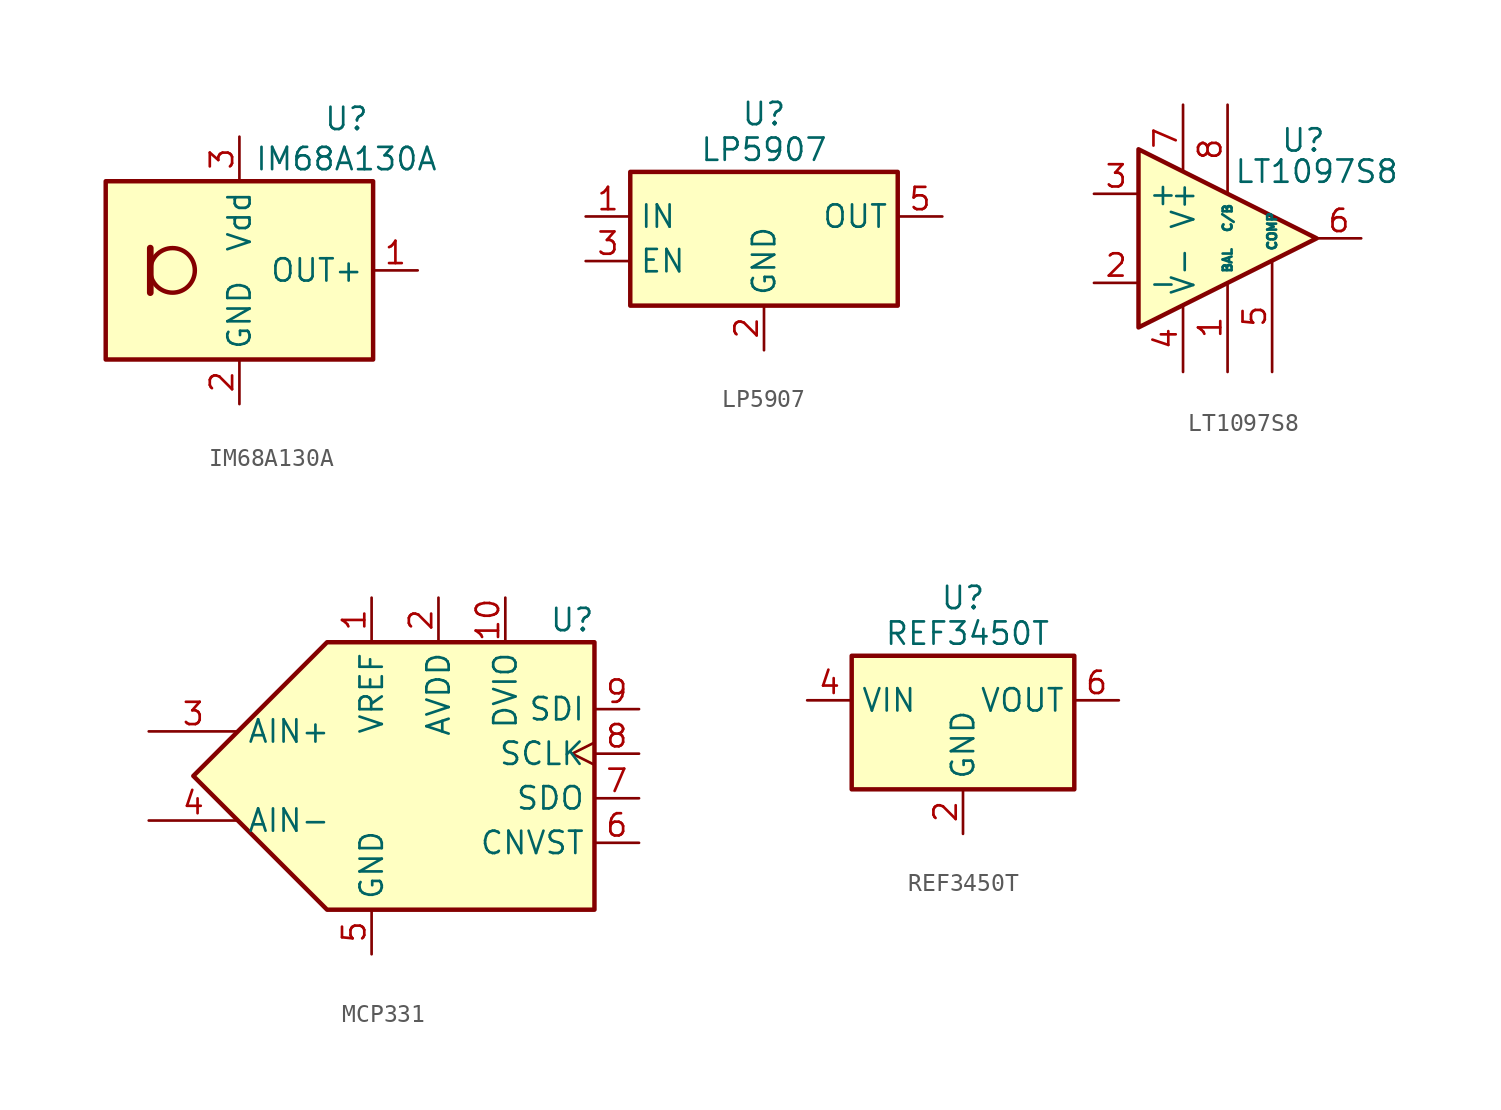
<source format=kicad_sym>
(kicad_symbol_lib
  (version 20231120)
  (generator "kicad_symbol_editor")
  (generator_version "8.0")
  (symbol "IM68A130A"
    (property "Reference" "U"
      (at 6.096 8.636 0)
      (effects (font (size 1.27 1.27))))
    (property "Value" "IM68A130A"
      (at 6.096 6.35 0)
      (effects (font (size 1.27 1.27))))
    (symbol "IM68A130A_1_1"
      (rectangle (start -7.62 5.08) (end 7.62 -5.08) (stroke (width 0.254) (type default)) (fill (type background)))
      (circle (center -3.81 0) (radius 1.27) (stroke (width 0.254) (type default)) (fill (type none)))
      (polyline (pts (xy -5.08 1.27) (xy -5.08 -1.27)) (stroke (width 0.381) (type default)) (fill (type none)))
      (pin output line (at 10.16 0 180) (length 2.54) (name "OUT+" (effects (font (size 1.27 1.27)))) (number "1" (effects (font (size 1.27 1.27)))))
      (pin power_in line (at 0 -7.62 90) (length 2.54) (name "GND" (effects (font (size 1.27 1.27)))) (number "2" (effects (font (size 1.27 1.27)))))
      (pin power_in line (at 0 7.62 270) (length 2.54) (name "Vdd" (effects (font (size 1.27 1.27)))) (number "3" (effects (font (size 1.27 1.27)))))
      (pin passive line (at 0 -7.62 90) (length 2.54) hide (name "GND" (effects (font (size 1.27 1.27)))) (number "4" (effects (font (size 1.27 1.27)))))
      (pin passive line (at 0 -7.62 90) (length 2.54) hide (name "GND" (effects (font (size 1.27 1.27)))) (number "4" (effects (font (size 1.27 1.27)))))))
  (symbol "LP5907"
    (property "Reference" "U"
      (at 0 7.112 0)
      (effects (font (size 1.27 1.27))))
    (property "Value" "LP5907"
      (at 0 5.08 0)
      (effects (font (size 1.27 1.27))))
    (symbol "LP5907_0_1"
      (rectangle (start -7.62 3.81) (end 7.62 -3.81) (stroke (width 0.254) (type default)) (fill (type background))))
    (symbol "LP5907_1_1"
      (pin power_in line (at -10.16 1.27 0) (length 2.54) (name "IN" (effects (font (size 1.27 1.27)))) (number "1" (effects (font (size 1.27 1.27)))))
      (pin power_in line (at 0 -6.35 90) (length 2.54) (name "GND" (effects (font (size 1.27 1.27)))) (number "2" (effects (font (size 1.27 1.27)))))
      (pin input line (at -10.16 -1.27 0) (length 2.54) (name "EN" (effects (font (size 1.27 1.27)))) (number "3" (effects (font (size 1.27 1.27)))))
      (pin power_out line (at 10.16 1.27 180) (length 2.54) (name "OUT" (effects (font (size 1.27 1.27)))) (number "5" (effects (font (size 1.27 1.27)))))))
  (symbol "LT1097S8"
    (property "Reference" "U"
      (at 4.318 5.588 0)
      (effects (font (size 1.27 1.27))))
    (property "Value" "LT1097S8"
      (at 5.08 3.81 0)
      (effects (font (size 1.27 1.27))))
    (symbol "LT1097S8_0_1"
      (polyline (pts (xy -5.08 5.08) (xy 5.08 0) (xy -5.08 -5.08) (xy -5.08 5.08)) (stroke (width 0.254) (type default)) (fill (type background))))
    (symbol "LT1097S8_1_1"
      (pin input line (at 0 -7.62 90) (length 5.08) (name "BAL" (effects (font (size 0.508 0.508)))) (number "1" (effects (font (size 1.27 1.27)))))
      (pin input line (at -7.62 -2.54 0) (length 2.54) (name "-" (effects (font (size 1.27 1.27)))) (number "2" (effects (font (size 1.27 1.27)))))
      (pin input line (at -7.62 2.54 0) (length 2.54) (name "+" (effects (font (size 1.27 1.27)))) (number "3" (effects (font (size 1.27 1.27)))))
      (pin power_in line (at -2.54 -7.62 90) (length 3.81) (name "V-" (effects (font (size 1.27 1.27)))) (number "4" (effects (font (size 1.27 1.27)))))
      (pin input line (at 2.54 -7.62 90) (length 6.35) (name "COMP" (effects (font (size 0.508 0.508)))) (number "5" (effects (font (size 1.27 1.27)))))
      (pin output line (at 7.62 0 180) (length 2.54) (name "~" (effects (font (size 1.27 1.27)))) (number "6" (effects (font (size 1.27 1.27)))))
      (pin power_in line (at -2.54 7.62 270) (length 3.81) (name "V+" (effects (font (size 1.27 1.27)))) (number "7" (effects (font (size 1.27 1.27)))))
      (pin input line (at 0 7.62 270) (length 5.08) (name "C/B" (effects (font (size 0.508 0.508)))) (number "8" (effects (font (size 1.27 1.27)))))))
  (symbol "MCP331"
    (property "Reference" "U"
      (at 11.43 8.89 0)
      (effects (font (size 1.27 1.27))))
    (property "Value" ""
      (at -13.97 0 0)
      (effects (font (size 1.27 1.27))))
    (symbol "MCP331_0_0"
      (polyline (pts (xy -10.16 0) (xy -2.54 7.62) (xy 12.7 7.62) (xy 12.7 -7.62) (xy -2.54 -7.62) (xy -10.16 0)) (stroke (width 0.254) (type default)) (fill (type background))))
    (symbol "MCP331_1_1"
      (pin power_in line (at 0 10.16 270) (length 2.54) (name "VREF" (effects (font (size 1.27 1.27)))) (number "1" (effects (font (size 1.27 1.27)))))
      (pin power_in line (at 7.62 10.16 270) (length 2.54) (name "DVIO" (effects (font (size 1.27 1.27)))) (number "10" (effects (font (size 1.27 1.27)))))
      (pin power_in line (at 3.81 10.16 270) (length 2.54) (name "AVDD" (effects (font (size 1.27 1.27)))) (number "2" (effects (font (size 1.27 1.27)))))
      (pin input line (at -12.7 2.54 0) (length 5.08) (name "AIN+" (effects (font (size 1.27 1.27)))) (number "3" (effects (font (size 1.27 1.27)))))
      (pin input line (at -12.7 -2.54 0) (length 5.08) (name "AIN-" (effects (font (size 1.27 1.27)))) (number "4" (effects (font (size 1.27 1.27)))))
      (pin power_in line (at 0 -10.16 90) (length 2.54) (name "GND" (effects (font (size 1.27 1.27)))) (number "5" (effects (font (size 1.27 1.27)))))
      (pin input line (at 15.24 -3.81 180) (length 2.54) (name "CNVST" (effects (font (size 1.27 1.27)))) (number "6" (effects (font (size 1.27 1.27)))))
      (pin output line (at 15.24 -1.27 180) (length 2.54) (name "SDO" (effects (font (size 1.27 1.27)))) (number "7" (effects (font (size 1.27 1.27)))))
      (pin input clock (at 15.24 1.27 180) (length 2.54) (name "SCLK" (effects (font (size 1.27 1.27)))) (number "8" (effects (font (size 1.27 1.27)))))
      (pin input line (at 15.24 3.81 180) (length 2.54) (name "SDI" (effects (font (size 1.27 1.27)))) (number "9" (effects (font (size 1.27 1.27)))))))
  (symbol "REF3450T"
    (property "Reference" "U"
      (at 0 5.842 0)
      (effects (font (size 1.27 1.27))))
    (property "Value" "REF3450T"
      (at 0.254 3.81 0)
      (effects (font (size 1.27 1.27))))
    (symbol "REF3450T_0_1"
      (rectangle (start -6.35 2.54) (end 6.35 -5.08) (stroke (width 0.254) (type default)) (fill (type background))))
    (symbol "REF3450T_1_1"
      (pin input line (at 0 -7.62 90) (length 2.54) (name "GND" (effects (font (size 1.27 1.27)))) (number "2" (effects (font (size 1.27 1.27)))))
      (pin power_in line (at -8.89 0 0) (length 2.54) (name "VIN" (effects (font (size 1.27 1.27)))) (number "4" (effects (font (size 1.27 1.27)))))
      (pin output line (at 8.89 0 180) (length 2.54) (name "VOUT" (effects (font (size 1.27 1.27)))) (number "6" (effects (font (size 1.27 1.27))))))))
</source>
